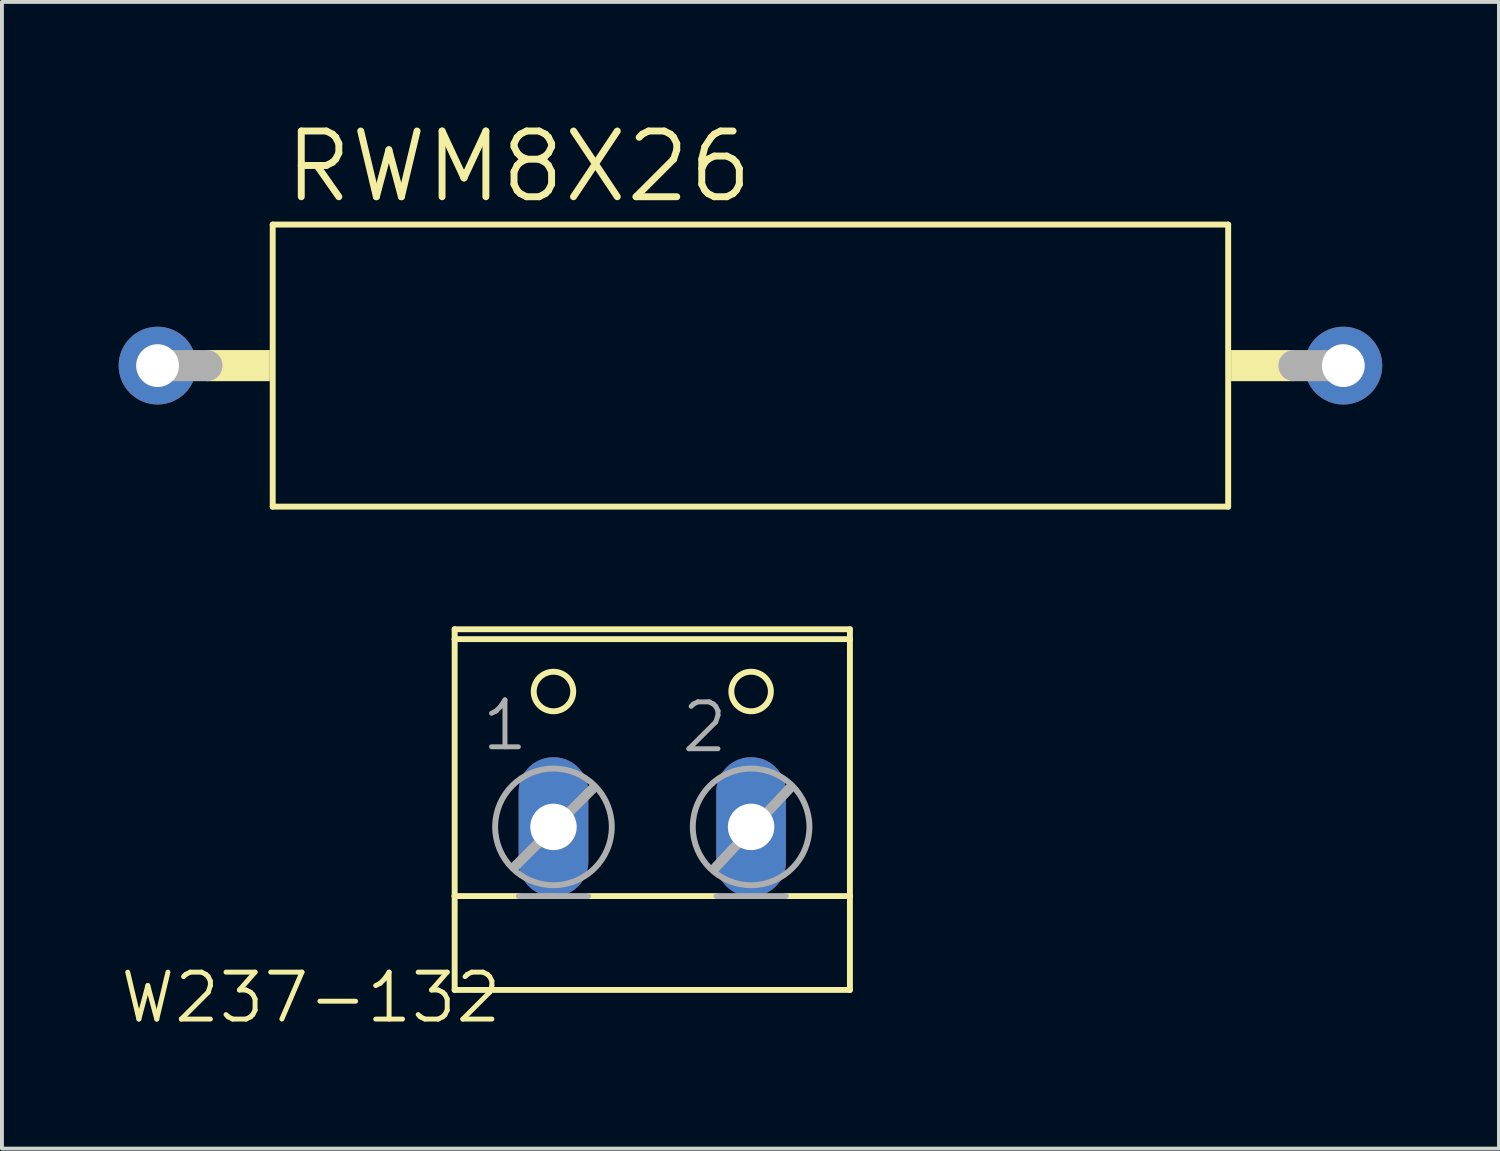
<source format=kicad_pcb>
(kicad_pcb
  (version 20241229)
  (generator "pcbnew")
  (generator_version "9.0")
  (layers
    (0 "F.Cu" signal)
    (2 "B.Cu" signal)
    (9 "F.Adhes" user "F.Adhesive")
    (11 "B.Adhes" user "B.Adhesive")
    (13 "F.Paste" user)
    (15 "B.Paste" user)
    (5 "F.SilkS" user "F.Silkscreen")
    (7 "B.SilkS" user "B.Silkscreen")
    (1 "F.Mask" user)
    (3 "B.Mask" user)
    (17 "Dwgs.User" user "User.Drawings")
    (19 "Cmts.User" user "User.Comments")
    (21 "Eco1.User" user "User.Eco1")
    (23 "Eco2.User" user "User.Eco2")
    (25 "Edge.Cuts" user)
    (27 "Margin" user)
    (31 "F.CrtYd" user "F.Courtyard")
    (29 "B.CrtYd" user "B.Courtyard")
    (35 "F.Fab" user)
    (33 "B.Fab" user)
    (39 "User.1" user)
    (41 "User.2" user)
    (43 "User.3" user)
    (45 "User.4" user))
  (footprint "RWM8X26"
    (layer "F.Cu")
    (at 16.24 6.348)
    (property "Reference" "RWM8X26" (at -12.065 -4.125 0) (layer "F.SilkS") (effects (font (size 1.689 1.689) (thickness 0.178)) (justify left bottom)))
    (attr through_hole)
    (fp_line (start -12.28 -3.625) (end -12.28 3.625) (stroke (width 0.152) (type solid)) (layer "F.SilkS"))
    (fp_line (start -12.28 3.625) (end 12.28 3.625) (stroke (width 0.152) (type solid)) (layer "F.SilkS"))
    (fp_line (start 12.28 -3.625) (end -12.28 -3.625) (stroke (width 0.152) (type solid)) (layer "F.SilkS"))
    (fp_line (start 12.28 3.625) (end 12.28 -3.625) (stroke (width 0.152) (type solid)) (layer "F.SilkS"))
    (fp_poly (pts (xy -13.97 0.4) (xy -12.355 0.4) (xy -12.355 -0.4) (xy -13.97 -0.4)) (stroke (width 0) (type solid)) (fill yes) (layer "F.SilkS"))
    (fp_poly (pts (xy 12.355 0.4) (xy 13.97 0.4) (xy 13.97 -0.4) (xy 12.355 -0.4)) (stroke (width 0) (type solid)) (fill yes) (layer "F.SilkS"))
    (fp_line (start -15.24 0) (end -13.97 0) (stroke (width 0.8) (type solid)) (layer "F.Fab"))
    (fp_line (start 13.97 0) (end 15.24 0) (stroke (width 0.8) (type solid)) (layer "F.Fab"))
    (pad "1" thru_hole circle (at -15.24 0) (size 2 2) (drill 1.1) (layers "*.Cu" "*.Mask"))
    (pad "2" thru_hole circle (at 15.24 0) (size 2 2) (drill 1.1) (layers "*.Cu" "*.Mask")))
  (footprint "W237-132"
    (layer "F.Cu")
    (at 13.717 17.57)
    (property "Reference" "W237-132" (at -3.81 4.318 0) (layer "F.SilkS") (effects (font (size 1.206 1.206) (thickness 0.127)) (justify right top)))
    (attr through_hole)
    (fp_line (start -5.08 -4.445) (end 5.08 -4.445) (stroke (width 0.152) (type solid)) (layer "F.SilkS"))
    (fp_line (start -5.08 -4.191) (end -5.08 -4.445) (stroke (width 0.152) (type solid)) (layer "F.SilkS"))
    (fp_line (start -5.08 -4.191) (end -5.08 2.413) (stroke (width 0.152) (type solid)) (layer "F.SilkS"))
    (fp_line (start -5.08 -4.191) (end 5.08 -4.191) (stroke (width 0.152) (type solid)) (layer "F.SilkS"))
    (fp_line (start -5.08 2.413) (end -5.08 4.826) (stroke (width 0.152) (type solid)) (layer "F.SilkS"))
    (fp_line (start -5.08 2.413) (end -3.429 2.413) (stroke (width 0.152) (type solid)) (layer "F.SilkS"))
    (fp_line (start -1.651 2.413) (end 1.651 2.413) (stroke (width 0.152) (type solid)) (layer "F.SilkS"))
    (fp_line (start 3.429 2.413) (end 5.08 2.413) (stroke (width 0.152) (type solid)) (layer "F.SilkS"))
    (fp_line (start 5.08 -4.191) (end 5.08 -4.445) (stroke (width 0.152) (type solid)) (layer "F.SilkS"))
    (fp_line (start 5.08 2.413) (end 5.08 -4.191) (stroke (width 0.152) (type solid)) (layer "F.SilkS"))
    (fp_line (start 5.08 4.826) (end -5.08 4.826) (stroke (width 0.152) (type solid)) (layer "F.SilkS"))
    (fp_line (start 5.08 4.826) (end 5.08 2.413) (stroke (width 0.152) (type solid)) (layer "F.SilkS"))
    (fp_circle (center -2.54 -2.845) (end -2.032 -2.845) (stroke (width 0.152) (type solid)) (fill no) (layer "F.SilkS"))
    (fp_circle (center 2.54 -2.845) (end 3.048 -2.845) (stroke (width 0.152) (type solid)) (fill no) (layer "F.SilkS"))
    (fp_line (start -3.531 1.651) (end -1.524 -0.356) (stroke (width 0.254) (type solid)) (layer "F.Fab"))
    (fp_line (start -3.429 2.413) (end -1.651 2.413) (stroke (width 0.152) (type solid)) (layer "F.Fab"))
    (fp_line (start 1.626 1.676) (end 3.531 -0.356) (stroke (width 0.254) (type solid)) (layer "F.Fab"))
    (fp_line (start 1.651 2.413) (end 3.429 2.413) (stroke (width 0.152) (type solid)) (layer "F.Fab"))
    (fp_circle (center -2.54 0.635) (end -1.041 0.635) (stroke (width 0.152) (type solid)) (fill no) (layer "F.Fab"))
    (fp_circle (center 2.54 0.635) (end 4.039 0.635) (stroke (width 0.152) (type solid)) (fill no) (layer "F.Fab"))
    (fp_text user "2" (at 0.686 -1.219 0) (layer "F.Fab") (effects (font (size 1.206 1.206) (thickness 0.127)) (justify left bottom)))
    (fp_text user "1" (at -4.445 -1.27 0) (layer "F.Fab") (effects (font (size 1.206 1.206) (thickness 0.127)) (justify left bottom)))
    (pad "1" thru_hole oval (at -2.54 0.635 90) (size 3.581 1.791) (drill 1.194) (layers "*.Cu" "*.Mask"))
    (pad "2" thru_hole oval (at 2.54 0.635 90) (size 3.581 1.791) (drill 1.194) (layers "*.Cu" "*.Mask")))
  (gr_rect
    (start -3 -3)
    (end 35.48 26.475)
    (stroke (width 0.1) (type default))
    (fill no)
    (layer "Edge.Cuts")))
</source>
